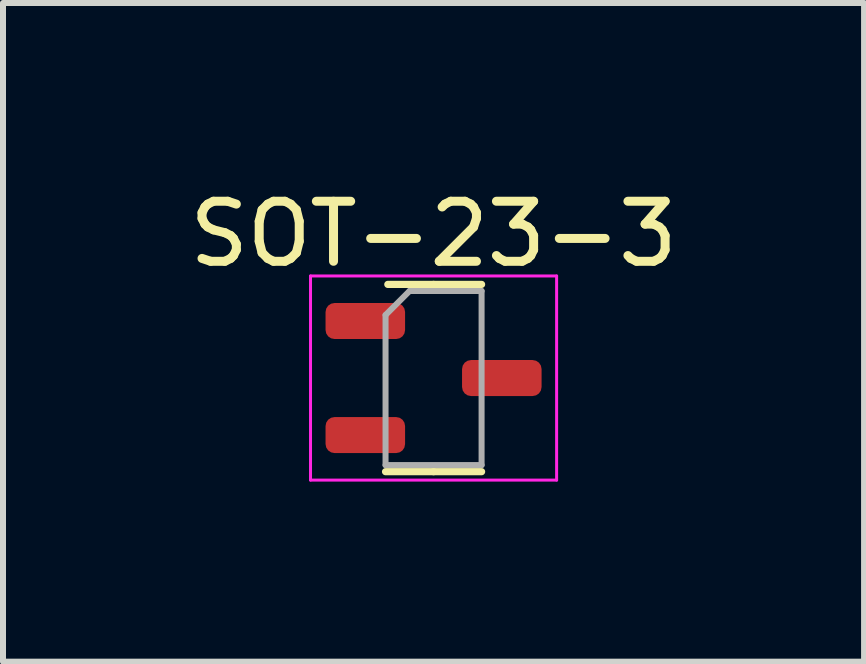
<source format=kicad_pcb>
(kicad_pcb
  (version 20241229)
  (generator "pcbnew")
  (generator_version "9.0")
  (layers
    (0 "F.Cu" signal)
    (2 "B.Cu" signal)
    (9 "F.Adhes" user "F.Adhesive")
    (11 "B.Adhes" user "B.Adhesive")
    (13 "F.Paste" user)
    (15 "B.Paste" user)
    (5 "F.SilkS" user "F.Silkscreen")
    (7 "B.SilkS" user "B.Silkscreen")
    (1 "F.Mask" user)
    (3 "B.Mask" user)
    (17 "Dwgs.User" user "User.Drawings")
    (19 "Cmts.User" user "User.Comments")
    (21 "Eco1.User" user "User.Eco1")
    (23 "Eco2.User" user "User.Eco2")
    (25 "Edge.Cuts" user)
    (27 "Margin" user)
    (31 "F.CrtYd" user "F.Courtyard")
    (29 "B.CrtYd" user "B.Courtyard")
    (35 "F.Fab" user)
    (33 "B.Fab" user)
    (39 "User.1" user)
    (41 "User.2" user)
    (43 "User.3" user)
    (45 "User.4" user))
  (footprint "SOT-23-3"
    (layer "F.Cu")
    (at 4.173 3.248)
    (property "Reference" "SOT-23-3" (at 0 -2.4 0) (layer "F.SilkS") (effects (font (size 1 1) (thickness 0.15))))
    (attr smd)
    (fp_line (start 0 -1.56) (end -0.762 -1.56) (stroke (width 0.12) (type solid)) (layer "F.SilkS"))
    (fp_line (start 0 -1.56) (end 0.8 -1.56) (stroke (width 0.12) (type solid)) (layer "F.SilkS"))
    (fp_line (start 0 1.56) (end -0.8 1.56) (stroke (width 0.12) (type solid)) (layer "F.SilkS"))
    (fp_line (start 0 1.56) (end 0.8 1.56) (stroke (width 0.12) (type solid)) (layer "F.SilkS"))
    (fp_line (start -2.05 -1.7) (end -2.05 1.7) (stroke (width 0.05) (type solid)) (layer "F.CrtYd"))
    (fp_line (start -2.05 1.7) (end 2.05 1.7) (stroke (width 0.05) (type solid)) (layer "F.CrtYd"))
    (fp_line (start 2.05 -1.7) (end -2.05 -1.7) (stroke (width 0.05) (type solid)) (layer "F.CrtYd"))
    (fp_line (start 2.05 1.7) (end 2.05 -1.7) (stroke (width 0.05) (type solid)) (layer "F.CrtYd"))
    (fp_line (start -0.8 -1.05) (end -0.4 -1.45) (stroke (width 0.1) (type solid)) (layer "F.Fab"))
    (fp_line (start -0.8 1.45) (end -0.8 -1.05) (stroke (width 0.1) (type solid)) (layer "F.Fab"))
    (fp_line (start -0.4 -1.45) (end 0.8 -1.45) (stroke (width 0.1) (type solid)) (layer "F.Fab"))
    (fp_line (start 0.8 -1.45) (end 0.8 1.45) (stroke (width 0.1) (type solid)) (layer "F.Fab"))
    (fp_line (start 0.8 1.45) (end -0.8 1.45) (stroke (width 0.1) (type solid)) (layer "F.Fab"))
    (pad "1" smd roundrect (at 1.137 0) (size 1.325 0.6) (layers "F.Cu" "F.Mask" "F.Paste") (roundrect_rratio 0.25))
    (pad "2" smd roundrect (at -1.137 -0.95) (size 1.325 0.6) (layers "F.Cu" "F.Mask" "F.Paste") (roundrect_rratio 0.25))
    (pad "3" smd roundrect (at -1.137 0.95) (size 1.325 0.6) (layers "F.Cu" "F.Mask" "F.Paste") (roundrect_rratio 0.25)))
  (gr_rect
    (start -3 -3)
    (end 11.345 7.973)
    (stroke (width 0.1) (type default))
    (fill no)
    (layer "Edge.Cuts")))
</source>
